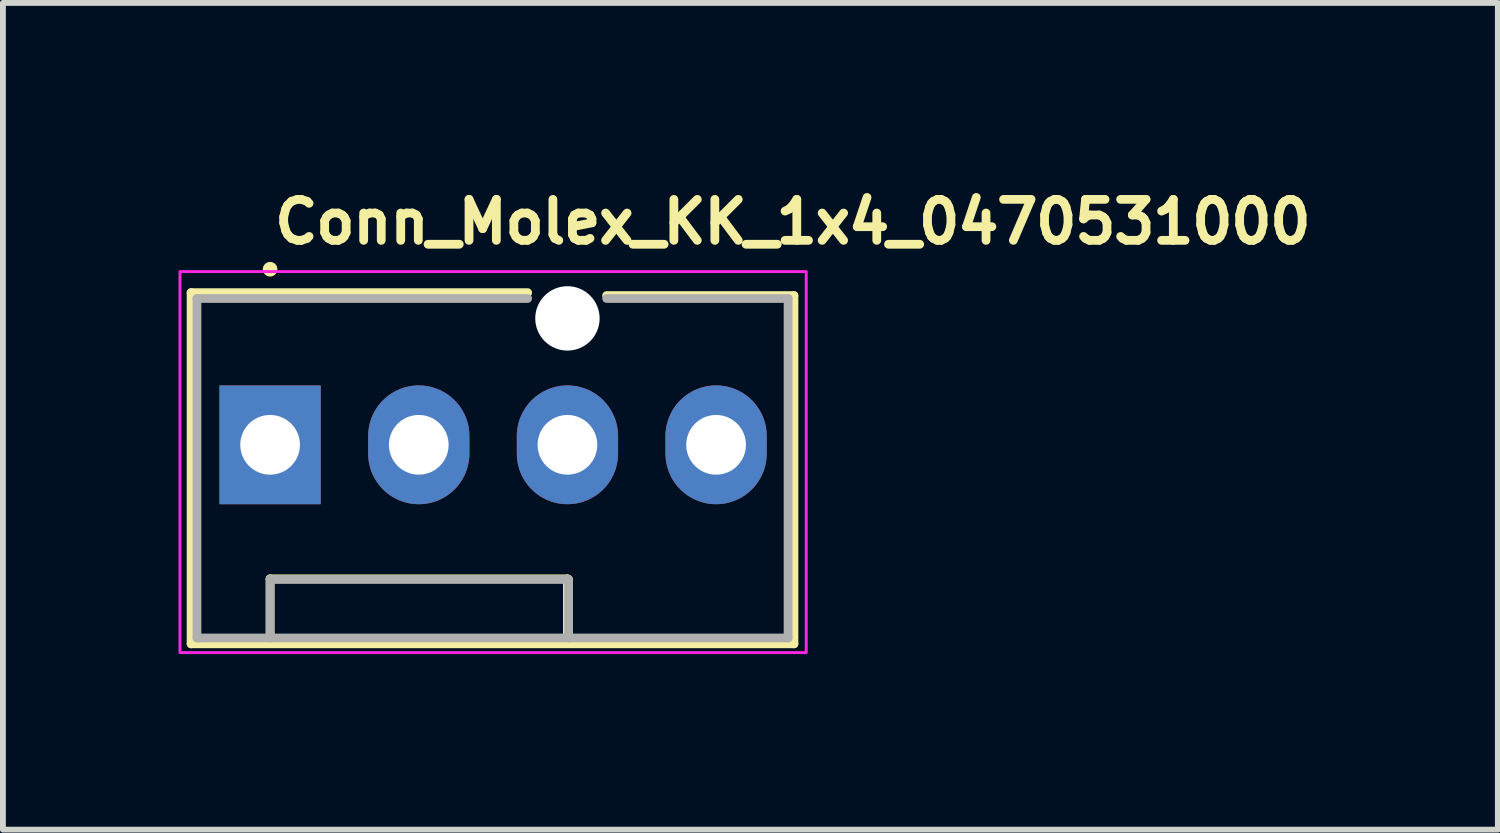
<source format=kicad_pcb>
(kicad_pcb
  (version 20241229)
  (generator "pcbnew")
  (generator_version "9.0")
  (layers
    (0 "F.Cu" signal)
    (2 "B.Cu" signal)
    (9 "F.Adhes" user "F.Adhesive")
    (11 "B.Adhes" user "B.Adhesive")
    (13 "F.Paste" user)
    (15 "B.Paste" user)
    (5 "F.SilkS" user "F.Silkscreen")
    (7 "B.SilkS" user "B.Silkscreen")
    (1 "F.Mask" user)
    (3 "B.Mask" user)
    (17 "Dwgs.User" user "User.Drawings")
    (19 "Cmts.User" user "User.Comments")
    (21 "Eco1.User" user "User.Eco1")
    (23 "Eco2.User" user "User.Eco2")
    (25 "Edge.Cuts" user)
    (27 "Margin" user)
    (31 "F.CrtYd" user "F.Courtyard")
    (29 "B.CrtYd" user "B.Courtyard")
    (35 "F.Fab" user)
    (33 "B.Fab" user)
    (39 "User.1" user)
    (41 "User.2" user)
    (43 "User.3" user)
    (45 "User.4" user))
  (footprint "Conn_Molex_KK_1x4_0470531000"
    (layer "F.Cu")
    (at 1.565 4.55)
    (property "Reference" "Conn_Molex_KK_1x4_0470531000" (at 0 -3.4 0) (layer "F.SilkS") (effects (font (size 0.7 0.7) (thickness 0.15)) (justify left bottom)))
    (attr through_hole)
    (fp_line (start -1.35 -2.6) (end 4.4 -2.6) (stroke (width 0.15) (type solid)) (layer "F.SilkS"))
    (fp_line (start -1.35 3.4) (end -1.35 -2.6) (stroke (width 0.15) (type solid)) (layer "F.SilkS"))
    (fp_line (start 0 2.29) (end 5.08 2.29) (stroke (width 0.15) (type solid)) (layer "F.SilkS"))
    (fp_line (start 0 3.3) (end 0 2.29) (stroke (width 0.15) (type solid)) (layer "F.SilkS"))
    (fp_line (start 5.08 2.29) (end 5.08 3.3) (stroke (width 0.15) (type solid)) (layer "F.SilkS"))
    (fp_line (start 5.75 -2.55) (end 8.95 -2.55) (stroke (width 0.15) (type solid)) (layer "F.SilkS"))
    (fp_line (start 8.95 -2.55) (end 8.95 3.4) (stroke (width 0.15) (type solid)) (layer "F.SilkS"))
    (fp_line (start 8.95 3.4) (end -1.35 3.4) (stroke (width 0.15) (type solid)) (layer "F.SilkS"))
    (fp_circle (center 0 -3) (end 0.05 -3) (stroke (width 0.15) (type solid)) (fill yes) (layer "F.SilkS"))
    (fp_rect (start -1.54 -2.96) (end 9.16 3.55) (stroke (width 0.05) (type solid)) (fill no) (layer "F.CrtYd"))
    (fp_line (start -1.25 -2.5) (end 4.4 -2.5) (stroke (width 0.15) (type solid)) (layer "F.Fab"))
    (fp_line (start -1.25 3.3) (end -1.25 -2.5) (stroke (width 0.15) (type solid)) (layer "F.Fab"))
    (fp_line (start -1.2 3.3) (end -1.25 3.3) (stroke (width 0.15) (type solid)) (layer "F.Fab"))
    (fp_line (start 0 2.3) (end 0 3.3) (stroke (width 0.15) (type solid)) (layer "F.Fab"))
    (fp_line (start 5.1 2.3) (end 0 2.3) (stroke (width 0.15) (type solid)) (layer "F.Fab"))
    (fp_line (start 5.1 3.3) (end 5.1 2.3) (stroke (width 0.15) (type solid)) (layer "F.Fab"))
    (fp_line (start 5.75 -2.5) (end 8.85 -2.5) (stroke (width 0.15) (type solid)) (layer "F.Fab"))
    (fp_line (start 8.85 -2.5) (end 8.85 3.3) (stroke (width 0.15) (type solid)) (layer "F.Fab"))
    (fp_line (start 8.85 3.3) (end -1.2 3.3) (stroke (width 0.15) (type solid)) (layer "F.Fab"))
    (fp_rect (start -1.29 -2.54) (end 8.91 3.3) (stroke (width 0.1) (type solid)) (fill no) (layer "User.5"))
    (fp_line (start -1.29 -2.54) (end -1.29 1.3) (stroke (width 0.02) (type solid)) (layer "User.9"))
    (fp_line (start -1.29 1.3) (end -1.29 1.313) (stroke (width 0.02) (type solid)) (layer "User.9"))
    (fp_line (start -1.29 1.3) (end 0 1.3) (stroke (width 0.02) (type solid)) (layer "User.9"))
    (fp_line (start -1.29 1.313) (end -1.29 1.313) (stroke (width 0.02) (type solid)) (layer "User.9"))
    (fp_line (start -1.29 1.313) (end -1.29 1.35) (stroke (width 0.02) (type solid)) (layer "User.9"))
    (fp_line (start -1.29 1.35) (end -1.29 1.35) (stroke (width 0.02) (type solid)) (layer "User.9"))
    (fp_line (start -1.29 1.35) (end -1.29 1.409) (stroke (width 0.02) (type solid)) (layer "User.9"))
    (fp_line (start -1.29 1.409) (end -1.29 1.409) (stroke (width 0.02) (type solid)) (layer "User.9"))
    (fp_line (start -1.29 1.409) (end -1.29 1.488) (stroke (width 0.02) (type solid)) (layer "User.9"))
    (fp_line (start -1.29 1.488) (end -1.29 1.488) (stroke (width 0.02) (type solid)) (layer "User.9"))
    (fp_line (start -1.29 1.488) (end -1.29 1.583) (stroke (width 0.02) (type solid)) (layer "User.9"))
    (fp_line (start -1.29 1.583) (end -1.29 1.583) (stroke (width 0.02) (type solid)) (layer "User.9"))
    (fp_line (start -1.29 1.583) (end -1.29 1.8) (stroke (width 0.02) (type solid)) (layer "User.9"))
    (fp_line (start -1.29 1.8) (end -1.29 1.8) (stroke (width 0.02) (type solid)) (layer "User.9"))
    (fp_line (start -1.29 1.8) (end -1.29 1.911) (stroke (width 0.02) (type solid)) (layer "User.9"))
    (fp_line (start -1.29 1.911) (end -1.29 1.911) (stroke (width 0.02) (type solid)) (layer "User.9"))
    (fp_line (start -1.29 1.911) (end -1.29 2.017) (stroke (width 0.02) (type solid)) (layer "User.9"))
    (fp_line (start -1.29 2.017) (end -1.29 2.017) (stroke (width 0.02) (type solid)) (layer "User.9"))
    (fp_line (start -1.29 2.017) (end -1.29 2.112) (stroke (width 0.02) (type solid)) (layer "User.9"))
    (fp_line (start -1.29 2.112) (end -1.29 2.112) (stroke (width 0.02) (type solid)) (layer "User.9"))
    (fp_line (start -1.29 2.112) (end -1.29 2.191) (stroke (width 0.02) (type solid)) (layer "User.9"))
    (fp_line (start -1.29 2.191) (end -1.29 2.191) (stroke (width 0.02) (type solid)) (layer "User.9"))
    (fp_line (start -1.29 2.191) (end -1.29 2.25) (stroke (width 0.02) (type solid)) (layer "User.9"))
    (fp_line (start -1.29 2.25) (end -1.29 2.25) (stroke (width 0.02) (type solid)) (layer "User.9"))
    (fp_line (start -1.29 2.25) (end -1.29 2.287) (stroke (width 0.02) (type solid)) (layer "User.9"))
    (fp_line (start -1.29 2.287) (end -1.29 2.287) (stroke (width 0.02) (type solid)) (layer "User.9"))
    (fp_line (start -1.29 2.287) (end -1.29 2.3) (stroke (width 0.02) (type solid)) (layer "User.9"))
    (fp_line (start -1.29 2.3) (end -1.29 3.3) (stroke (width 0.02) (type solid)) (layer "User.9"))
    (fp_line (start -1.29 2.3) (end 0 2.3) (stroke (width 0.02) (type solid)) (layer "User.9"))
    (fp_line (start -1.29 3.3) (end 0 3.3) (stroke (width 0.02) (type solid)) (layer "User.9"))
    (fp_line (start -0.32 -0.32) (end -0.17 -0.17) (stroke (width 0.02) (type solid)) (layer "User.9"))
    (fp_line (start -0.32 -0.32) (end 0.32 -0.32) (stroke (width 0.02) (type solid)) (layer "User.9"))
    (fp_line (start -0.32 0.32) (end -0.32 -0.32) (stroke (width 0.02) (type solid)) (layer "User.9"))
    (fp_line (start -0.32 0.32) (end -0.17 0.17) (stroke (width 0.02) (type solid)) (layer "User.9"))
    (fp_line (start -0.17 -0.17) (end 0.17 -0.17) (stroke (width 0.02) (type solid)) (layer "User.9"))
    (fp_line (start -0.17 0.17) (end -0.17 -0.17) (stroke (width 0.02) (type solid)) (layer "User.9"))
    (fp_line (start 0 1.15) (end 0 2.3) (stroke (width 0.02) (type solid)) (layer "User.9"))
    (fp_line (start 0 1.15) (end 5.08 1.15) (stroke (width 0.02) (type solid)) (layer "User.9"))
    (fp_line (start 0 2.3) (end 0 3.3) (stroke (width 0.02) (type solid)) (layer "User.9"))
    (fp_line (start 0 2.3) (end 5.08 2.3) (stroke (width 0.02) (type solid)) (layer "User.9"))
    (fp_line (start 0 3.3) (end 5.08 3.3) (stroke (width 0.02) (type solid)) (layer "User.9"))
    (fp_line (start 0.17 -0.17) (end 0.17 0.17) (stroke (width 0.02) (type solid)) (layer "User.9"))
    (fp_line (start 0.17 0.17) (end -0.17 0.17) (stroke (width 0.02) (type solid)) (layer "User.9"))
    (fp_line (start 0.32 -0.32) (end 0.17 -0.17) (stroke (width 0.02) (type solid)) (layer "User.9"))
    (fp_line (start 0.32 -0.32) (end 0.32 0.32) (stroke (width 0.02) (type solid)) (layer "User.9"))
    (fp_line (start 0.32 0.32) (end -0.32 0.32) (stroke (width 0.02) (type solid)) (layer "User.9"))
    (fp_line (start 0.32 0.32) (end 0.17 0.17) (stroke (width 0.02) (type solid)) (layer "User.9"))
    (fp_line (start 2.22 -0.32) (end 2.37 -0.17) (stroke (width 0.02) (type solid)) (layer "User.9"))
    (fp_line (start 2.22 -0.32) (end 2.86 -0.32) (stroke (width 0.02) (type solid)) (layer "User.9"))
    (fp_line (start 2.22 0.32) (end 2.22 -0.32) (stroke (width 0.02) (type solid)) (layer "User.9"))
    (fp_line (start 2.22 0.32) (end 2.37 0.17) (stroke (width 0.02) (type solid)) (layer "User.9"))
    (fp_line (start 2.37 -0.17) (end 2.71 -0.17) (stroke (width 0.02) (type solid)) (layer "User.9"))
    (fp_line (start 2.37 0.17) (end 2.37 -0.17) (stroke (width 0.02) (type solid)) (layer "User.9"))
    (fp_line (start 2.71 -0.17) (end 2.71 0.17) (stroke (width 0.02) (type solid)) (layer "User.9"))
    (fp_line (start 2.71 0.17) (end 2.37 0.17) (stroke (width 0.02) (type solid)) (layer "User.9"))
    (fp_line (start 2.86 -0.32) (end 2.71 -0.17) (stroke (width 0.02) (type solid)) (layer "User.9"))
    (fp_line (start 2.86 -0.32) (end 2.86 0.32) (stroke (width 0.02) (type solid)) (layer "User.9"))
    (fp_line (start 2.86 0.32) (end 2.22 0.32) (stroke (width 0.02) (type solid)) (layer "User.9"))
    (fp_line (start 2.86 0.32) (end 2.71 0.17) (stroke (width 0.02) (type solid)) (layer "User.9"))
    (fp_line (start 4.76 -0.32) (end 4.91 -0.17) (stroke (width 0.02) (type solid)) (layer "User.9"))
    (fp_line (start 4.76 -0.32) (end 5.4 -0.32) (stroke (width 0.02) (type solid)) (layer "User.9"))
    (fp_line (start 4.76 0.32) (end 4.76 -0.32) (stroke (width 0.02) (type solid)) (layer "User.9"))
    (fp_line (start 4.76 0.32) (end 4.91 0.17) (stroke (width 0.02) (type solid)) (layer "User.9"))
    (fp_line (start 4.91 -0.17) (end 5.25 -0.17) (stroke (width 0.02) (type solid)) (layer "User.9"))
    (fp_line (start 4.91 0.17) (end 4.91 -0.17) (stroke (width 0.02) (type solid)) (layer "User.9"))
    (fp_line (start 5.08 1.15) (end 5.08 2.3) (stroke (width 0.02) (type solid)) (layer "User.9"))
    (fp_line (start 5.08 1.3) (end 8.91 1.3) (stroke (width 0.02) (type solid)) (layer "User.9"))
    (fp_line (start 5.08 2.3) (end 8.91 2.3) (stroke (width 0.02) (type solid)) (layer "User.9"))
    (fp_line (start 5.08 3.3) (end 5.08 2.3) (stroke (width 0.02) (type solid)) (layer "User.9"))
    (fp_line (start 5.08 3.3) (end 8.91 3.3) (stroke (width 0.02) (type solid)) (layer "User.9"))
    (fp_line (start 5.25 -0.17) (end 5.25 0.17) (stroke (width 0.02) (type solid)) (layer "User.9"))
    (fp_line (start 5.25 0.17) (end 4.91 0.17) (stroke (width 0.02) (type solid)) (layer "User.9"))
    (fp_line (start 5.4 -0.32) (end 5.25 -0.17) (stroke (width 0.02) (type solid)) (layer "User.9"))
    (fp_line (start 5.4 -0.32) (end 5.4 0.32) (stroke (width 0.02) (type solid)) (layer "User.9"))
    (fp_line (start 5.4 0.32) (end 4.76 0.32) (stroke (width 0.02) (type solid)) (layer "User.9"))
    (fp_line (start 5.4 0.32) (end 5.25 0.17) (stroke (width 0.02) (type solid)) (layer "User.9"))
    (fp_line (start 7.3 -0.32) (end 7.45 -0.17) (stroke (width 0.02) (type solid)) (layer "User.9"))
    (fp_line (start 7.3 -0.32) (end 7.94 -0.32) (stroke (width 0.02) (type solid)) (layer "User.9"))
    (fp_line (start 7.3 0.32) (end 7.3 -0.32) (stroke (width 0.02) (type solid)) (layer "User.9"))
    (fp_line (start 7.3 0.32) (end 7.45 0.17) (stroke (width 0.02) (type solid)) (layer "User.9"))
    (fp_line (start 7.45 -0.17) (end 7.79 -0.17) (stroke (width 0.02) (type solid)) (layer "User.9"))
    (fp_line (start 7.45 0.17) (end 7.45 -0.17) (stroke (width 0.02) (type solid)) (layer "User.9"))
    (fp_line (start 7.79 -0.17) (end 7.79 0.17) (stroke (width 0.02) (type solid)) (layer "User.9"))
    (fp_line (start 7.79 0.17) (end 7.45 0.17) (stroke (width 0.02) (type solid)) (layer "User.9"))
    (fp_line (start 7.94 -0.32) (end 7.79 -0.17) (stroke (width 0.02) (type solid)) (layer "User.9"))
    (fp_line (start 7.94 -0.32) (end 7.94 0.32) (stroke (width 0.02) (type solid)) (layer "User.9"))
    (fp_line (start 7.94 0.32) (end 7.3 0.32) (stroke (width 0.02) (type solid)) (layer "User.9"))
    (fp_line (start 7.94 0.32) (end 7.79 0.17) (stroke (width 0.02) (type solid)) (layer "User.9"))
    (fp_line (start 8.91 -2.54) (end -1.29 -2.54) (stroke (width 0.02) (type solid)) (layer "User.9"))
    (fp_line (start 8.91 1.3) (end 8.91 -2.54) (stroke (width 0.02) (type solid)) (layer "User.9"))
    (fp_line (start 8.91 1.3) (end 8.91 1.313) (stroke (width 0.02) (type solid)) (layer "User.9"))
    (fp_line (start 8.91 1.313) (end 8.91 1.313) (stroke (width 0.02) (type solid)) (layer "User.9"))
    (fp_line (start 8.91 1.313) (end 8.91 1.35) (stroke (width 0.02) (type solid)) (layer "User.9"))
    (fp_line (start 8.91 1.35) (end 8.91 1.35) (stroke (width 0.02) (type solid)) (layer "User.9"))
    (fp_line (start 8.91 1.35) (end 8.91 1.409) (stroke (width 0.02) (type solid)) (layer "User.9"))
    (fp_line (start 8.91 1.409) (end 8.91 1.409) (stroke (width 0.02) (type solid)) (layer "User.9"))
    (fp_line (start 8.91 1.409) (end 8.91 1.488) (stroke (width 0.02) (type solid)) (layer "User.9"))
    (fp_line (start 8.91 1.488) (end 8.91 1.488) (stroke (width 0.02) (type solid)) (layer "User.9"))
    (fp_line (start 8.91 1.488) (end 8.91 1.583) (stroke (width 0.02) (type solid)) (layer "User.9"))
    (fp_line (start 8.91 1.583) (end 8.91 1.583) (stroke (width 0.02) (type solid)) (layer "User.9"))
    (fp_line (start 8.91 1.583) (end 8.91 1.8) (stroke (width 0.02) (type solid)) (layer "User.9"))
    (fp_line (start 8.91 1.8) (end 8.91 1.8) (stroke (width 0.02) (type solid)) (layer "User.9"))
    (fp_line (start 8.91 1.8) (end 8.91 1.911) (stroke (width 0.02) (type solid)) (layer "User.9"))
    (fp_line (start 8.91 1.911) (end 8.91 1.911) (stroke (width 0.02) (type solid)) (layer "User.9"))
    (fp_line (start 8.91 1.911) (end 8.91 2.017) (stroke (width 0.02) (type solid)) (layer "User.9"))
    (fp_line (start 8.91 2.017) (end 8.91 2.017) (stroke (width 0.02) (type solid)) (layer "User.9"))
    (fp_line (start 8.91 2.017) (end 8.91 2.112) (stroke (width 0.02) (type solid)) (layer "User.9"))
    (fp_line (start 8.91 2.112) (end 8.91 2.112) (stroke (width 0.02) (type solid)) (layer "User.9"))
    (fp_line (start 8.91 2.112) (end 8.91 2.191) (stroke (width 0.02) (type solid)) (layer "User.9"))
    (fp_line (start 8.91 2.191) (end 8.91 2.191) (stroke (width 0.02) (type solid)) (layer "User.9"))
    (fp_line (start 8.91 2.191) (end 8.91 2.25) (stroke (width 0.02) (type solid)) (layer "User.9"))
    (fp_line (start 8.91 2.25) (end 8.91 2.25) (stroke (width 0.02) (type solid)) (layer "User.9"))
    (fp_line (start 8.91 2.25) (end 8.91 2.287) (stroke (width 0.02) (type solid)) (layer "User.9"))
    (fp_line (start 8.91 2.287) (end 8.91 2.287) (stroke (width 0.02) (type solid)) (layer "User.9"))
    (fp_line (start 8.91 2.287) (end 8.91 2.3) (stroke (width 0.02) (type solid)) (layer "User.9"))
    (fp_line (start 8.91 3.3) (end 8.91 2.3) (stroke (width 0.02) (type solid)) (layer "User.9"))
    (pad "" np_thru_hole circle (at 5.08 -2.16 90) (size 1.1 1.1) (drill 1.1) (layers "*.Cu" "*.Mask"))
    (pad "1" thru_hole rect (at 0 0 90) (size 2.03 1.73) (drill 1.02) (layers "*.Cu" "*.Mask"))
    (pad "2" thru_hole oval (at 2.54 0 90) (size 2.03 1.73) (drill 1.02) (layers "*.Cu" "*.Mask"))
    (pad "3" thru_hole oval (at 5.08 0 90) (size 2.03 1.73) (drill 1.02) (layers "*.Cu" "*.Mask"))
    (pad "4" thru_hole oval (at 7.62 0 90) (size 2.03 1.73) (drill 1.02) (layers "*.Cu" "*.Mask")))
  (gr_rect
    (start -3 -3)
    (end 22.542 11.125)
    (stroke (width 0.1) (type default))
    (fill no)
    (layer "Edge.Cuts")))
</source>
